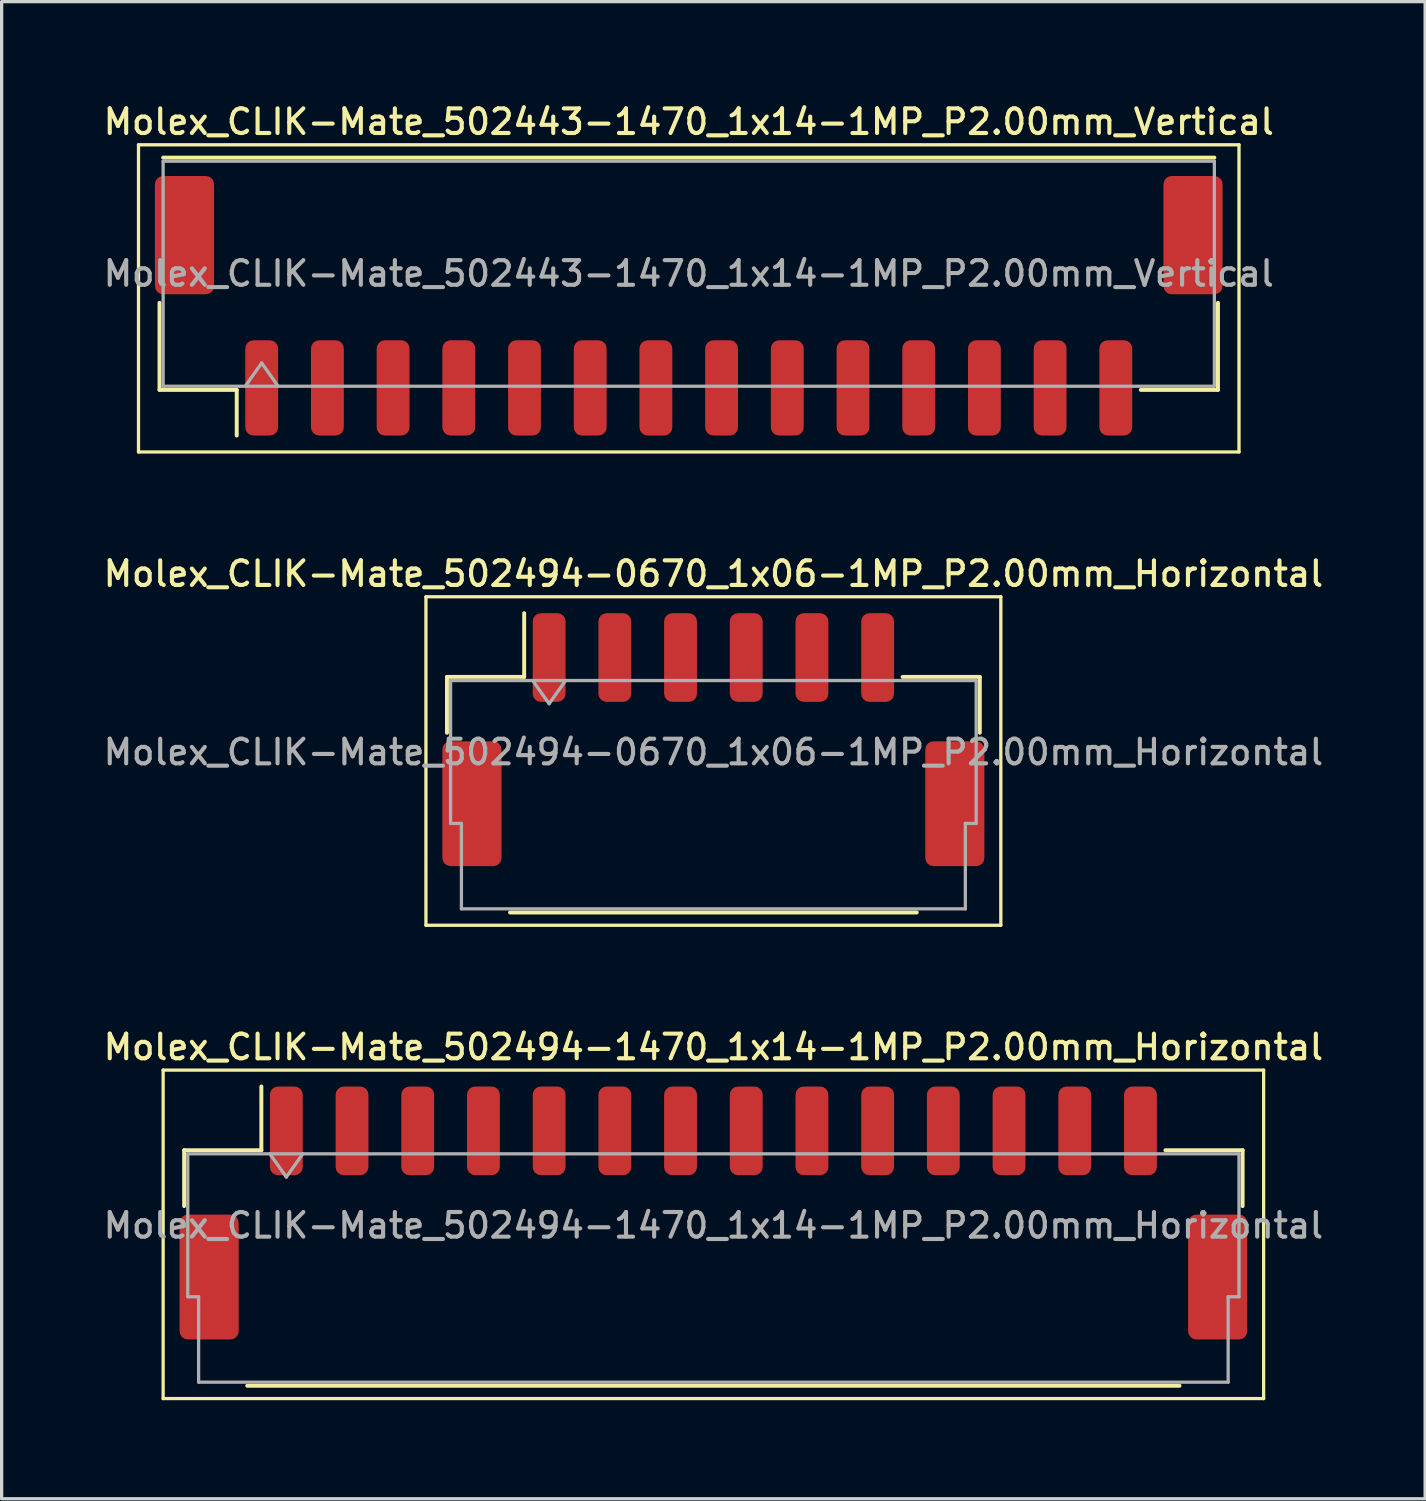
<source format=kicad_pcb>
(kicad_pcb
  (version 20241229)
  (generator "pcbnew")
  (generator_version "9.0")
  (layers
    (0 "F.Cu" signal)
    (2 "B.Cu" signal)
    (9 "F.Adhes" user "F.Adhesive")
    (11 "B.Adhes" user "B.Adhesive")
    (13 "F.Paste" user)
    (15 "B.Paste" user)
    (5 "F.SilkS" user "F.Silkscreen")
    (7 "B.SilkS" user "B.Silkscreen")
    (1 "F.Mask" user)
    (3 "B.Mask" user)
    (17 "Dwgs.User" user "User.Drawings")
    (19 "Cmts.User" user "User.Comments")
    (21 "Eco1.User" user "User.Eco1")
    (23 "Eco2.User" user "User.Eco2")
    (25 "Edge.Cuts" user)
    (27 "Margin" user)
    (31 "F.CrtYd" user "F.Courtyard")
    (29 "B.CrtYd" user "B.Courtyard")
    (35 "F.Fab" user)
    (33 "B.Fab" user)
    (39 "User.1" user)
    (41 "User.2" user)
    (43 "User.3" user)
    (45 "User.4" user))
  (footprint "Molex_CLIK-Mate_502494-1470_1x14-1MP_P2.00mm_Horizontal"
    (layer "F.Cu")
    (at 18.666 33.874)
    (property "Reference" "Molex_CLIK-Mate_502494-1470_1x14-1MP_P2.00mm_Horizontal" (at 0 -5.05 0) (layer "F.SilkS") (effects (font (size 0.75 0.75) (thickness 0.125))))
    (attr smd)
    (fp_line (start -16.75 -4.35) (end -16.75 5.65) (stroke (width 0.1) (type solid)) (layer "F.SilkS"))
    (fp_line (start -16.75 5.65) (end 16.75 5.65) (stroke (width 0.1) (type solid)) (layer "F.SilkS"))
    (fp_line (start -16.11 -1.91) (end -13.76 -1.91) (stroke (width 0.12) (type solid)) (layer "F.SilkS"))
    (fp_line (start -16.11 -0.21) (end -16.11 -1.91) (stroke (width 0.12) (type solid)) (layer "F.SilkS"))
    (fp_line (start -14.19 5.26) (end 14.19 5.26) (stroke (width 0.12) (type solid)) (layer "F.SilkS"))
    (fp_line (start -13.76 -1.91) (end -13.76 -3.85) (stroke (width 0.12) (type solid)) (layer "F.SilkS"))
    (fp_line (start 16.11 -1.91) (end 13.76 -1.91) (stroke (width 0.12) (type solid)) (layer "F.SilkS"))
    (fp_line (start 16.11 -0.21) (end 16.11 -1.91) (stroke (width 0.12) (type solid)) (layer "F.SilkS"))
    (fp_line (start 16.75 -4.35) (end -16.75 -4.35) (stroke (width 0.1) (type solid)) (layer "F.SilkS"))
    (fp_line (start 16.75 5.65) (end 16.75 -4.35) (stroke (width 0.1) (type solid)) (layer "F.SilkS"))
    (fp_line (start -16 -1.8) (end -16 2.55) (stroke (width 0.1) (type solid)) (layer "F.Fab"))
    (fp_line (start -16 -1.8) (end 16 -1.8) (stroke (width 0.1) (type solid)) (layer "F.Fab"))
    (fp_line (start -16 2.55) (end -15.67 2.55) (stroke (width 0.1) (type solid)) (layer "F.Fab"))
    (fp_line (start -15.67 2.55) (end -15.67 5.15) (stroke (width 0.1) (type solid)) (layer "F.Fab"))
    (fp_line (start -15.67 5.15) (end 15.67 5.15) (stroke (width 0.1) (type solid)) (layer "F.Fab"))
    (fp_line (start -13.5 -1.8) (end -13 -1.093) (stroke (width 0.1) (type solid)) (layer "F.Fab"))
    (fp_line (start -13 -1.093) (end -12.5 -1.8) (stroke (width 0.1) (type solid)) (layer "F.Fab"))
    (fp_line (start 15.67 2.55) (end 16 2.55) (stroke (width 0.1) (type solid)) (layer "F.Fab"))
    (fp_line (start 15.67 5.15) (end 15.67 2.55) (stroke (width 0.1) (type solid)) (layer "F.Fab"))
    (fp_line (start 16 -1.8) (end 16 2.55) (stroke (width 0.1) (type solid)) (layer "F.Fab"))
    (fp_text user "${REFERENCE}" (at 0 0.38 0) (layer "F.Fab") (effects (font (size 0.75 0.75) (thickness 0.125))))
    (pad "1" smd roundrect (at -13 -2.5) (size 1 2.7) (layers "F.Cu" "F.Mask" "F.Paste") (roundrect_rratio 0.25))
    (pad "2" smd roundrect (at -11 -2.5) (size 1 2.7) (layers "F.Cu" "F.Mask" "F.Paste") (roundrect_rratio 0.25))
    (pad "3" smd roundrect (at -9 -2.5) (size 1 2.7) (layers "F.Cu" "F.Mask" "F.Paste") (roundrect_rratio 0.25))
    (pad "4" smd roundrect (at -7 -2.5) (size 1 2.7) (layers "F.Cu" "F.Mask" "F.Paste") (roundrect_rratio 0.25))
    (pad "5" smd roundrect (at -5 -2.5) (size 1 2.7) (layers "F.Cu" "F.Mask" "F.Paste") (roundrect_rratio 0.25))
    (pad "6" smd roundrect (at -3 -2.5) (size 1 2.7) (layers "F.Cu" "F.Mask" "F.Paste") (roundrect_rratio 0.25))
    (pad "7" smd roundrect (at -1 -2.5) (size 1 2.7) (layers "F.Cu" "F.Mask" "F.Paste") (roundrect_rratio 0.25))
    (pad "8" smd roundrect (at 1 -2.5) (size 1 2.7) (layers "F.Cu" "F.Mask" "F.Paste") (roundrect_rratio 0.25))
    (pad "9" smd roundrect (at 3 -2.5) (size 1 2.7) (layers "F.Cu" "F.Mask" "F.Paste") (roundrect_rratio 0.25))
    (pad "10" smd roundrect (at 5 -2.5) (size 1 2.7) (layers "F.Cu" "F.Mask" "F.Paste") (roundrect_rratio 0.25))
    (pad "11" smd roundrect (at 7 -2.5) (size 1 2.7) (layers "F.Cu" "F.Mask" "F.Paste") (roundrect_rratio 0.25))
    (pad "12" smd roundrect (at 9 -2.5) (size 1 2.7) (layers "F.Cu" "F.Mask" "F.Paste") (roundrect_rratio 0.25))
    (pad "13" smd roundrect (at 11 -2.5) (size 1 2.7) (layers "F.Cu" "F.Mask" "F.Paste") (roundrect_rratio 0.25))
    (pad "14" smd roundrect (at 13 -2.5) (size 1 2.7) (layers "F.Cu" "F.Mask" "F.Paste") (roundrect_rratio 0.25))
    (pad "MP" smd roundrect (at -15.35 1.95) (size 1.8 3.8) (layers "F.Cu" "F.Mask" "F.Paste") (roundrect_rratio 0.139))
    (pad "MP" smd roundrect (at 15.35 1.95) (size 1.8 3.8) (layers "F.Cu" "F.Mask" "F.Paste") (roundrect_rratio 0.139)))
  (footprint "Molex_CLIK-Mate_502494-0670_1x06-1MP_P2.00mm_Horizontal"
    (layer "F.Cu")
    (at 18.666 19.466)
    (property "Reference" "Molex_CLIK-Mate_502494-0670_1x06-1MP_P2.00mm_Horizontal" (at 0 -5.05 0) (layer "F.SilkS") (effects (font (size 0.75 0.75) (thickness 0.125))))
    (attr smd)
    (fp_line (start -8.75 -4.35) (end -8.75 5.65) (stroke (width 0.1) (type solid)) (layer "F.SilkS"))
    (fp_line (start -8.75 5.65) (end 8.75 5.65) (stroke (width 0.1) (type solid)) (layer "F.SilkS"))
    (fp_line (start -8.11 -1.91) (end -5.76 -1.91) (stroke (width 0.12) (type solid)) (layer "F.SilkS"))
    (fp_line (start -8.11 -0.21) (end -8.11 -1.91) (stroke (width 0.12) (type solid)) (layer "F.SilkS"))
    (fp_line (start -6.19 5.26) (end 6.19 5.26) (stroke (width 0.12) (type solid)) (layer "F.SilkS"))
    (fp_line (start -5.76 -1.91) (end -5.76 -3.85) (stroke (width 0.12) (type solid)) (layer "F.SilkS"))
    (fp_line (start 8.11 -1.91) (end 5.76 -1.91) (stroke (width 0.12) (type solid)) (layer "F.SilkS"))
    (fp_line (start 8.11 -0.21) (end 8.11 -1.91) (stroke (width 0.12) (type solid)) (layer "F.SilkS"))
    (fp_line (start 8.75 -4.35) (end -8.75 -4.35) (stroke (width 0.1) (type solid)) (layer "F.SilkS"))
    (fp_line (start 8.75 5.65) (end 8.75 -4.35) (stroke (width 0.1) (type solid)) (layer "F.SilkS"))
    (fp_line (start -8 -1.8) (end -8 2.55) (stroke (width 0.1) (type solid)) (layer "F.Fab"))
    (fp_line (start -8 -1.8) (end 8 -1.8) (stroke (width 0.1) (type solid)) (layer "F.Fab"))
    (fp_line (start -8 2.55) (end -7.67 2.55) (stroke (width 0.1) (type solid)) (layer "F.Fab"))
    (fp_line (start -7.67 2.55) (end -7.67 5.15) (stroke (width 0.1) (type solid)) (layer "F.Fab"))
    (fp_line (start -7.67 5.15) (end 7.67 5.15) (stroke (width 0.1) (type solid)) (layer "F.Fab"))
    (fp_line (start -5.5 -1.8) (end -5 -1.093) (stroke (width 0.1) (type solid)) (layer "F.Fab"))
    (fp_line (start -5 -1.093) (end -4.5 -1.8) (stroke (width 0.1) (type solid)) (layer "F.Fab"))
    (fp_line (start 7.67 2.55) (end 8 2.55) (stroke (width 0.1) (type solid)) (layer "F.Fab"))
    (fp_line (start 7.67 5.15) (end 7.67 2.55) (stroke (width 0.1) (type solid)) (layer "F.Fab"))
    (fp_line (start 8 -1.8) (end 8 2.55) (stroke (width 0.1) (type solid)) (layer "F.Fab"))
    (fp_text user "${REFERENCE}" (at 0 0.38 0) (layer "F.Fab") (effects (font (size 0.75 0.75) (thickness 0.125))))
    (pad "1" smd roundrect (at -5 -2.5) (size 1 2.7) (layers "F.Cu" "F.Mask" "F.Paste") (roundrect_rratio 0.25))
    (pad "2" smd roundrect (at -3 -2.5) (size 1 2.7) (layers "F.Cu" "F.Mask" "F.Paste") (roundrect_rratio 0.25))
    (pad "3" smd roundrect (at -1 -2.5) (size 1 2.7) (layers "F.Cu" "F.Mask" "F.Paste") (roundrect_rratio 0.25))
    (pad "4" smd roundrect (at 1 -2.5) (size 1 2.7) (layers "F.Cu" "F.Mask" "F.Paste") (roundrect_rratio 0.25))
    (pad "5" smd roundrect (at 3 -2.5) (size 1 2.7) (layers "F.Cu" "F.Mask" "F.Paste") (roundrect_rratio 0.25))
    (pad "6" smd roundrect (at 5 -2.5) (size 1 2.7) (layers "F.Cu" "F.Mask" "F.Paste") (roundrect_rratio 0.25))
    (pad "MP" smd roundrect (at -7.35 1.95) (size 1.8 3.8) (layers "F.Cu" "F.Mask" "F.Paste") (roundrect_rratio 0.139))
    (pad "MP" smd roundrect (at 7.35 1.95) (size 1.8 3.8) (layers "F.Cu" "F.Mask" "F.Paste") (roundrect_rratio 0.139)))
  (footprint "Molex_CLIK-Mate_502443-1470_1x14-1MP_P2.00mm_Vertical"
    (layer "F.Cu")
    (at 17.916 6.258)
    (property "Reference" "Molex_CLIK-Mate_502443-1470_1x14-1MP_P2.00mm_Vertical" (at 0 -5.6 0) (layer "F.SilkS") (effects (font (size 0.75 0.75) (thickness 0.125))))
    (attr smd)
    (fp_line (start -16.75 -4.9) (end -16.75 4.45) (stroke (width 0.1) (type solid)) (layer "F.SilkS"))
    (fp_line (start -16.75 4.45) (end 16.75 4.45) (stroke (width 0.1) (type solid)) (layer "F.SilkS"))
    (fp_line (start -16.11 -0.09) (end -16.11 2.56) (stroke (width 0.12) (type solid)) (layer "F.SilkS"))
    (fp_line (start -16.11 2.56) (end -13.76 2.56) (stroke (width 0.12) (type solid)) (layer "F.SilkS"))
    (fp_line (start -16 -4.51) (end 16 -4.51) (stroke (width 0.12) (type solid)) (layer "F.SilkS"))
    (fp_line (start -13.76 2.56) (end -13.76 3.95) (stroke (width 0.12) (type solid)) (layer "F.SilkS"))
    (fp_line (start 16.11 -0.09) (end 16.11 2.56) (stroke (width 0.12) (type solid)) (layer "F.SilkS"))
    (fp_line (start 16.11 2.56) (end 13.76 2.56) (stroke (width 0.12) (type solid)) (layer "F.SilkS"))
    (fp_line (start 16.75 -4.9) (end -16.75 -4.9) (stroke (width 0.1) (type solid)) (layer "F.SilkS"))
    (fp_line (start 16.75 4.45) (end 16.75 -4.9) (stroke (width 0.1) (type solid)) (layer "F.SilkS"))
    (fp_line (start -16 -4.4) (end 16 -4.4) (stroke (width 0.1) (type solid)) (layer "F.Fab"))
    (fp_line (start -16 2.45) (end -16 -4.4) (stroke (width 0.1) (type solid)) (layer "F.Fab"))
    (fp_line (start -16 2.45) (end 16 2.45) (stroke (width 0.1) (type solid)) (layer "F.Fab"))
    (fp_line (start -13.5 2.45) (end -13 1.743) (stroke (width 0.1) (type solid)) (layer "F.Fab"))
    (fp_line (start -13 1.743) (end -12.5 2.45) (stroke (width 0.1) (type solid)) (layer "F.Fab"))
    (fp_line (start 16 2.45) (end 16 -4.4) (stroke (width 0.1) (type solid)) (layer "F.Fab"))
    (fp_text user "${REFERENCE}" (at 0 -0.98 0) (layer "F.Fab") (effects (font (size 0.75 0.75) (thickness 0.125))))
    (pad "1" smd roundrect (at -13 2.5) (size 1 2.9) (layers "F.Cu" "F.Mask" "F.Paste") (roundrect_rratio 0.25))
    (pad "2" smd roundrect (at -11 2.5) (size 1 2.9) (layers "F.Cu" "F.Mask" "F.Paste") (roundrect_rratio 0.25))
    (pad "3" smd roundrect (at -9 2.5) (size 1 2.9) (layers "F.Cu" "F.Mask" "F.Paste") (roundrect_rratio 0.25))
    (pad "4" smd roundrect (at -7 2.5) (size 1 2.9) (layers "F.Cu" "F.Mask" "F.Paste") (roundrect_rratio 0.25))
    (pad "5" smd roundrect (at -5 2.5) (size 1 2.9) (layers "F.Cu" "F.Mask" "F.Paste") (roundrect_rratio 0.25))
    (pad "6" smd roundrect (at -3 2.5) (size 1 2.9) (layers "F.Cu" "F.Mask" "F.Paste") (roundrect_rratio 0.25))
    (pad "7" smd roundrect (at -1 2.5) (size 1 2.9) (layers "F.Cu" "F.Mask" "F.Paste") (roundrect_rratio 0.25))
    (pad "8" smd roundrect (at 1 2.5) (size 1 2.9) (layers "F.Cu" "F.Mask" "F.Paste") (roundrect_rratio 0.25))
    (pad "9" smd roundrect (at 3 2.5) (size 1 2.9) (layers "F.Cu" "F.Mask" "F.Paste") (roundrect_rratio 0.25))
    (pad "10" smd roundrect (at 5 2.5) (size 1 2.9) (layers "F.Cu" "F.Mask" "F.Paste") (roundrect_rratio 0.25))
    (pad "11" smd roundrect (at 7 2.5) (size 1 2.9) (layers "F.Cu" "F.Mask" "F.Paste") (roundrect_rratio 0.25))
    (pad "12" smd roundrect (at 9 2.5) (size 1 2.9) (layers "F.Cu" "F.Mask" "F.Paste") (roundrect_rratio 0.25))
    (pad "13" smd roundrect (at 11 2.5) (size 1 2.9) (layers "F.Cu" "F.Mask" "F.Paste") (roundrect_rratio 0.25))
    (pad "14" smd roundrect (at 13 2.5) (size 1 2.9) (layers "F.Cu" "F.Mask" "F.Paste") (roundrect_rratio 0.25))
    (pad "MP" smd roundrect (at -15.35 -2.15) (size 1.8 3.6) (layers "F.Cu" "F.Mask" "F.Paste") (roundrect_rratio 0.139))
    (pad "MP" smd roundrect (at 15.35 -2.15) (size 1.8 3.6) (layers "F.Cu" "F.Mask" "F.Paste") (roundrect_rratio 0.139)))
  (gr_rect
    (start -3 -3)
    (end 40.332 42.574)
    (stroke (width 0.1) (type default))
    (fill no)
    (layer "Edge.Cuts")))
</source>
